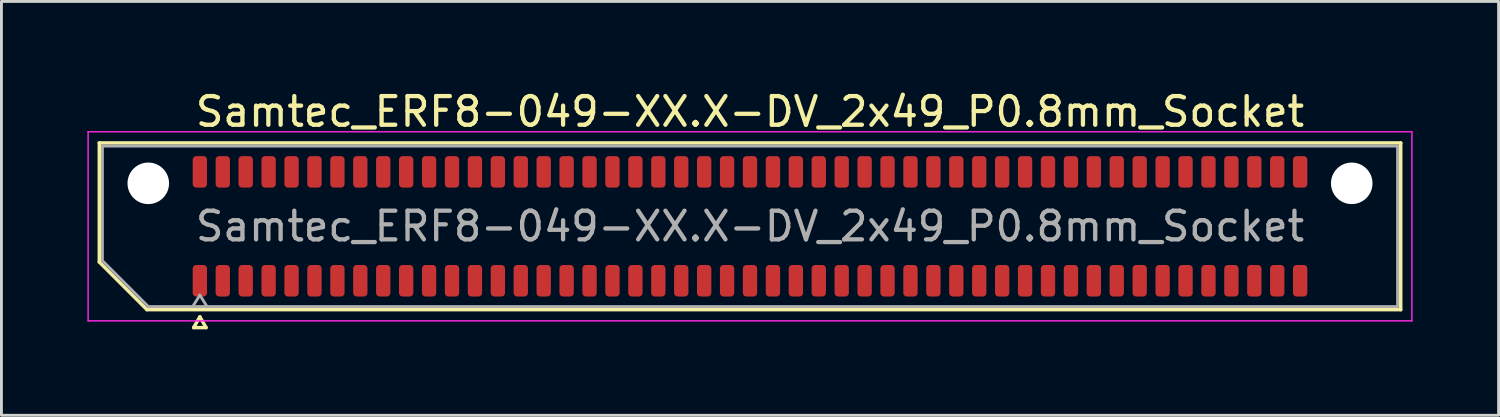
<source format=kicad_pcb>
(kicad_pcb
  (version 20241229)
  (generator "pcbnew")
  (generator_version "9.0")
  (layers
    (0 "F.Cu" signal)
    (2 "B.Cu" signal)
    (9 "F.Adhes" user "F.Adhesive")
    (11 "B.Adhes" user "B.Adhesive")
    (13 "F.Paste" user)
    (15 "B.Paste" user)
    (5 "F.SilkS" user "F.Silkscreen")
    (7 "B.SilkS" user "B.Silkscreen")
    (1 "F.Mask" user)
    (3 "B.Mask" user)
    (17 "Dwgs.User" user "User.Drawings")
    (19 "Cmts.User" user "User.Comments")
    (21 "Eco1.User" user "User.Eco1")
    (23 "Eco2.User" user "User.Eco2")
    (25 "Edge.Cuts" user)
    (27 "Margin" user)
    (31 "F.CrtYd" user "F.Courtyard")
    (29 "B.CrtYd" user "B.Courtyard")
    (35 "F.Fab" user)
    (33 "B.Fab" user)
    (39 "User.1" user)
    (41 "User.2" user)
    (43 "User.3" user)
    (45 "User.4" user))
  (footprint "Samtec_ERF8-049-XX.X-DV_2x49_P0.8mm_Socket"
    (layer "F.Cu")
    (at 23.125 4.848)
    (property "Reference" "Samtec_ERF8-049-XX.X-DV_2x49_P0.8mm_Socket" (at 0 -4 0) (layer "F.SilkS") (effects (font (size 1 1) (thickness 0.15))))
    (attr smd)
    (fp_line (start -22.71 -2.91) (end 22.71 -2.91) (stroke (width 0.12) (type solid)) (layer "F.SilkS"))
    (fp_line (start -22.71 1.246) (end -22.71 -2.91) (stroke (width 0.12) (type solid)) (layer "F.SilkS"))
    (fp_line (start -21.046 2.91) (end -22.71 1.246) (stroke (width 0.12) (type solid)) (layer "F.SilkS"))
    (fp_line (start -19.417 3.535) (end -19.2 3.16) (stroke (width 0.12) (type solid)) (layer "F.SilkS"))
    (fp_line (start -19.2 3.16) (end -18.983 3.535) (stroke (width 0.12) (type solid)) (layer "F.SilkS"))
    (fp_line (start -18.983 3.535) (end -19.417 3.535) (stroke (width 0.12) (type solid)) (layer "F.SilkS"))
    (fp_line (start 22.71 -2.91) (end 22.71 2.91) (stroke (width 0.12) (type solid)) (layer "F.SilkS"))
    (fp_line (start 22.71 2.91) (end -21.046 2.91) (stroke (width 0.12) (type solid)) (layer "F.SilkS"))
    (fp_line (start -23.1 -3.3) (end -23.1 3.3) (stroke (width 0.05) (type solid)) (layer "F.CrtYd"))
    (fp_line (start -23.1 3.3) (end 23.1 3.3) (stroke (width 0.05) (type solid)) (layer "F.CrtYd"))
    (fp_line (start 23.1 -3.3) (end -23.1 -3.3) (stroke (width 0.05) (type solid)) (layer "F.CrtYd"))
    (fp_line (start 23.1 3.3) (end 23.1 -3.3) (stroke (width 0.05) (type solid)) (layer "F.CrtYd"))
    (fp_line (start -22.6 -2.8) (end 22.6 -2.8) (stroke (width 0.1) (type solid)) (layer "F.Fab"))
    (fp_line (start -22.6 1.2) (end -22.6 -2.8) (stroke (width 0.1) (type solid)) (layer "F.Fab"))
    (fp_line (start -21 2.8) (end -22.6 1.2) (stroke (width 0.1) (type solid)) (layer "F.Fab"))
    (fp_line (start -19.2 2.4) (end -19.45 2.8) (stroke (width 0.1) (type solid)) (layer "F.Fab"))
    (fp_line (start -19.2 2.4) (end -18.95 2.8) (stroke (width 0.1) (type solid)) (layer "F.Fab"))
    (fp_line (start 22.6 -2.8) (end 22.6 2.8) (stroke (width 0.1) (type solid)) (layer "F.Fab"))
    (fp_line (start 22.6 2.8) (end -21 2.8) (stroke (width 0.1) (type solid)) (layer "F.Fab"))
    (fp_text user "${REFERENCE}" (at 0 0 0) (layer "F.Fab") (effects (font (size 1 1) (thickness 0.15))))
    (pad "" np_thru_hole circle (at -21 -1.5) (size 1.45 1.45) (drill 1.45) (layers "*.Cu" "*.Mask"))
    (pad "" np_thru_hole circle (at 21 -1.5) (size 1.45 1.45) (drill 1.45) (layers "*.Cu" "*.Mask"))
    (pad "1" smd roundrect (at -19.2 1.9) (size 0.5 1.1) (layers "F.Cu" "F.Mask" "F.Paste") (roundrect_rratio 0.25))
    (pad "2" smd roundrect (at -19.2 -1.9) (size 0.5 1.1) (layers "F.Cu" "F.Mask" "F.Paste") (roundrect_rratio 0.25))
    (pad "3" smd roundrect (at -18.4 1.9) (size 0.5 1.1) (layers "F.Cu" "F.Mask" "F.Paste") (roundrect_rratio 0.25))
    (pad "4" smd roundrect (at -18.4 -1.9) (size 0.5 1.1) (layers "F.Cu" "F.Mask" "F.Paste") (roundrect_rratio 0.25))
    (pad "5" smd roundrect (at -17.6 1.9) (size 0.5 1.1) (layers "F.Cu" "F.Mask" "F.Paste") (roundrect_rratio 0.25))
    (pad "6" smd roundrect (at -17.6 -1.9) (size 0.5 1.1) (layers "F.Cu" "F.Mask" "F.Paste") (roundrect_rratio 0.25))
    (pad "7" smd roundrect (at -16.8 1.9) (size 0.5 1.1) (layers "F.Cu" "F.Mask" "F.Paste") (roundrect_rratio 0.25))
    (pad "8" smd roundrect (at -16.8 -1.9) (size 0.5 1.1) (layers "F.Cu" "F.Mask" "F.Paste") (roundrect_rratio 0.25))
    (pad "9" smd roundrect (at -16 1.9) (size 0.5 1.1) (layers "F.Cu" "F.Mask" "F.Paste") (roundrect_rratio 0.25))
    (pad "10" smd roundrect (at -16 -1.9) (size 0.5 1.1) (layers "F.Cu" "F.Mask" "F.Paste") (roundrect_rratio 0.25))
    (pad "11" smd roundrect (at -15.2 1.9) (size 0.5 1.1) (layers "F.Cu" "F.Mask" "F.Paste") (roundrect_rratio 0.25))
    (pad "12" smd roundrect (at -15.2 -1.9) (size 0.5 1.1) (layers "F.Cu" "F.Mask" "F.Paste") (roundrect_rratio 0.25))
    (pad "13" smd roundrect (at -14.4 1.9) (size 0.5 1.1) (layers "F.Cu" "F.Mask" "F.Paste") (roundrect_rratio 0.25))
    (pad "14" smd roundrect (at -14.4 -1.9) (size 0.5 1.1) (layers "F.Cu" "F.Mask" "F.Paste") (roundrect_rratio 0.25))
    (pad "15" smd roundrect (at -13.6 1.9) (size 0.5 1.1) (layers "F.Cu" "F.Mask" "F.Paste") (roundrect_rratio 0.25))
    (pad "16" smd roundrect (at -13.6 -1.9) (size 0.5 1.1) (layers "F.Cu" "F.Mask" "F.Paste") (roundrect_rratio 0.25))
    (pad "17" smd roundrect (at -12.8 1.9) (size 0.5 1.1) (layers "F.Cu" "F.Mask" "F.Paste") (roundrect_rratio 0.25))
    (pad "18" smd roundrect (at -12.8 -1.9) (size 0.5 1.1) (layers "F.Cu" "F.Mask" "F.Paste") (roundrect_rratio 0.25))
    (pad "19" smd roundrect (at -12 1.9) (size 0.5 1.1) (layers "F.Cu" "F.Mask" "F.Paste") (roundrect_rratio 0.25))
    (pad "20" smd roundrect (at -12 -1.9) (size 0.5 1.1) (layers "F.Cu" "F.Mask" "F.Paste") (roundrect_rratio 0.25))
    (pad "21" smd roundrect (at -11.2 1.9) (size 0.5 1.1) (layers "F.Cu" "F.Mask" "F.Paste") (roundrect_rratio 0.25))
    (pad "22" smd roundrect (at -11.2 -1.9) (size 0.5 1.1) (layers "F.Cu" "F.Mask" "F.Paste") (roundrect_rratio 0.25))
    (pad "23" smd roundrect (at -10.4 1.9) (size 0.5 1.1) (layers "F.Cu" "F.Mask" "F.Paste") (roundrect_rratio 0.25))
    (pad "24" smd roundrect (at -10.4 -1.9) (size 0.5 1.1) (layers "F.Cu" "F.Mask" "F.Paste") (roundrect_rratio 0.25))
    (pad "25" smd roundrect (at -9.6 1.9) (size 0.5 1.1) (layers "F.Cu" "F.Mask" "F.Paste") (roundrect_rratio 0.25))
    (pad "26" smd roundrect (at -9.6 -1.9) (size 0.5 1.1) (layers "F.Cu" "F.Mask" "F.Paste") (roundrect_rratio 0.25))
    (pad "27" smd roundrect (at -8.8 1.9) (size 0.5 1.1) (layers "F.Cu" "F.Mask" "F.Paste") (roundrect_rratio 0.25))
    (pad "28" smd roundrect (at -8.8 -1.9) (size 0.5 1.1) (layers "F.Cu" "F.Mask" "F.Paste") (roundrect_rratio 0.25))
    (pad "29" smd roundrect (at -8 1.9) (size 0.5 1.1) (layers "F.Cu" "F.Mask" "F.Paste") (roundrect_rratio 0.25))
    (pad "30" smd roundrect (at -8 -1.9) (size 0.5 1.1) (layers "F.Cu" "F.Mask" "F.Paste") (roundrect_rratio 0.25))
    (pad "31" smd roundrect (at -7.2 1.9) (size 0.5 1.1) (layers "F.Cu" "F.Mask" "F.Paste") (roundrect_rratio 0.25))
    (pad "32" smd roundrect (at -7.2 -1.9) (size 0.5 1.1) (layers "F.Cu" "F.Mask" "F.Paste") (roundrect_rratio 0.25))
    (pad "33" smd roundrect (at -6.4 1.9) (size 0.5 1.1) (layers "F.Cu" "F.Mask" "F.Paste") (roundrect_rratio 0.25))
    (pad "34" smd roundrect (at -6.4 -1.9) (size 0.5 1.1) (layers "F.Cu" "F.Mask" "F.Paste") (roundrect_rratio 0.25))
    (pad "35" smd roundrect (at -5.6 1.9) (size 0.5 1.1) (layers "F.Cu" "F.Mask" "F.Paste") (roundrect_rratio 0.25))
    (pad "36" smd roundrect (at -5.6 -1.9) (size 0.5 1.1) (layers "F.Cu" "F.Mask" "F.Paste") (roundrect_rratio 0.25))
    (pad "37" smd roundrect (at -4.8 1.9) (size 0.5 1.1) (layers "F.Cu" "F.Mask" "F.Paste") (roundrect_rratio 0.25))
    (pad "38" smd roundrect (at -4.8 -1.9) (size 0.5 1.1) (layers "F.Cu" "F.Mask" "F.Paste") (roundrect_rratio 0.25))
    (pad "39" smd roundrect (at -4 1.9) (size 0.5 1.1) (layers "F.Cu" "F.Mask" "F.Paste") (roundrect_rratio 0.25))
    (pad "40" smd roundrect (at -4 -1.9) (size 0.5 1.1) (layers "F.Cu" "F.Mask" "F.Paste") (roundrect_rratio 0.25))
    (pad "41" smd roundrect (at -3.2 1.9) (size 0.5 1.1) (layers "F.Cu" "F.Mask" "F.Paste") (roundrect_rratio 0.25))
    (pad "42" smd roundrect (at -3.2 -1.9) (size 0.5 1.1) (layers "F.Cu" "F.Mask" "F.Paste") (roundrect_rratio 0.25))
    (pad "43" smd roundrect (at -2.4 1.9) (size 0.5 1.1) (layers "F.Cu" "F.Mask" "F.Paste") (roundrect_rratio 0.25))
    (pad "44" smd roundrect (at -2.4 -1.9) (size 0.5 1.1) (layers "F.Cu" "F.Mask" "F.Paste") (roundrect_rratio 0.25))
    (pad "45" smd roundrect (at -1.6 1.9) (size 0.5 1.1) (layers "F.Cu" "F.Mask" "F.Paste") (roundrect_rratio 0.25))
    (pad "46" smd roundrect (at -1.6 -1.9) (size 0.5 1.1) (layers "F.Cu" "F.Mask" "F.Paste") (roundrect_rratio 0.25))
    (pad "47" smd roundrect (at -0.8 1.9) (size 0.5 1.1) (layers "F.Cu" "F.Mask" "F.Paste") (roundrect_rratio 0.25))
    (pad "48" smd roundrect (at -0.8 -1.9) (size 0.5 1.1) (layers "F.Cu" "F.Mask" "F.Paste") (roundrect_rratio 0.25))
    (pad "49" smd roundrect (at 0 1.9) (size 0.5 1.1) (layers "F.Cu" "F.Mask" "F.Paste") (roundrect_rratio 0.25))
    (pad "50" smd roundrect (at 0 -1.9) (size 0.5 1.1) (layers "F.Cu" "F.Mask" "F.Paste") (roundrect_rratio 0.25))
    (pad "51" smd roundrect (at 0.8 1.9) (size 0.5 1.1) (layers "F.Cu" "F.Mask" "F.Paste") (roundrect_rratio 0.25))
    (pad "52" smd roundrect (at 0.8 -1.9) (size 0.5 1.1) (layers "F.Cu" "F.Mask" "F.Paste") (roundrect_rratio 0.25))
    (pad "53" smd roundrect (at 1.6 1.9) (size 0.5 1.1) (layers "F.Cu" "F.Mask" "F.Paste") (roundrect_rratio 0.25))
    (pad "54" smd roundrect (at 1.6 -1.9) (size 0.5 1.1) (layers "F.Cu" "F.Mask" "F.Paste") (roundrect_rratio 0.25))
    (pad "55" smd roundrect (at 2.4 1.9) (size 0.5 1.1) (layers "F.Cu" "F.Mask" "F.Paste") (roundrect_rratio 0.25))
    (pad "56" smd roundrect (at 2.4 -1.9) (size 0.5 1.1) (layers "F.Cu" "F.Mask" "F.Paste") (roundrect_rratio 0.25))
    (pad "57" smd roundrect (at 3.2 1.9) (size 0.5 1.1) (layers "F.Cu" "F.Mask" "F.Paste") (roundrect_rratio 0.25))
    (pad "58" smd roundrect (at 3.2 -1.9) (size 0.5 1.1) (layers "F.Cu" "F.Mask" "F.Paste") (roundrect_rratio 0.25))
    (pad "59" smd roundrect (at 4 1.9) (size 0.5 1.1) (layers "F.Cu" "F.Mask" "F.Paste") (roundrect_rratio 0.25))
    (pad "60" smd roundrect (at 4 -1.9) (size 0.5 1.1) (layers "F.Cu" "F.Mask" "F.Paste") (roundrect_rratio 0.25))
    (pad "61" smd roundrect (at 4.8 1.9) (size 0.5 1.1) (layers "F.Cu" "F.Mask" "F.Paste") (roundrect_rratio 0.25))
    (pad "62" smd roundrect (at 4.8 -1.9) (size 0.5 1.1) (layers "F.Cu" "F.Mask" "F.Paste") (roundrect_rratio 0.25))
    (pad "63" smd roundrect (at 5.6 1.9) (size 0.5 1.1) (layers "F.Cu" "F.Mask" "F.Paste") (roundrect_rratio 0.25))
    (pad "64" smd roundrect (at 5.6 -1.9) (size 0.5 1.1) (layers "F.Cu" "F.Mask" "F.Paste") (roundrect_rratio 0.25))
    (pad "65" smd roundrect (at 6.4 1.9) (size 0.5 1.1) (layers "F.Cu" "F.Mask" "F.Paste") (roundrect_rratio 0.25))
    (pad "66" smd roundrect (at 6.4 -1.9) (size 0.5 1.1) (layers "F.Cu" "F.Mask" "F.Paste") (roundrect_rratio 0.25))
    (pad "67" smd roundrect (at 7.2 1.9) (size 0.5 1.1) (layers "F.Cu" "F.Mask" "F.Paste") (roundrect_rratio 0.25))
    (pad "68" smd roundrect (at 7.2 -1.9) (size 0.5 1.1) (layers "F.Cu" "F.Mask" "F.Paste") (roundrect_rratio 0.25))
    (pad "69" smd roundrect (at 8 1.9) (size 0.5 1.1) (layers "F.Cu" "F.Mask" "F.Paste") (roundrect_rratio 0.25))
    (pad "70" smd roundrect (at 8 -1.9) (size 0.5 1.1) (layers "F.Cu" "F.Mask" "F.Paste") (roundrect_rratio 0.25))
    (pad "71" smd roundrect (at 8.8 1.9) (size 0.5 1.1) (layers "F.Cu" "F.Mask" "F.Paste") (roundrect_rratio 0.25))
    (pad "72" smd roundrect (at 8.8 -1.9) (size 0.5 1.1) (layers "F.Cu" "F.Mask" "F.Paste") (roundrect_rratio 0.25))
    (pad "73" smd roundrect (at 9.6 1.9) (size 0.5 1.1) (layers "F.Cu" "F.Mask" "F.Paste") (roundrect_rratio 0.25))
    (pad "74" smd roundrect (at 9.6 -1.9) (size 0.5 1.1) (layers "F.Cu" "F.Mask" "F.Paste") (roundrect_rratio 0.25))
    (pad "75" smd roundrect (at 10.4 1.9) (size 0.5 1.1) (layers "F.Cu" "F.Mask" "F.Paste") (roundrect_rratio 0.25))
    (pad "76" smd roundrect (at 10.4 -1.9) (size 0.5 1.1) (layers "F.Cu" "F.Mask" "F.Paste") (roundrect_rratio 0.25))
    (pad "77" smd roundrect (at 11.2 1.9) (size 0.5 1.1) (layers "F.Cu" "F.Mask" "F.Paste") (roundrect_rratio 0.25))
    (pad "78" smd roundrect (at 11.2 -1.9) (size 0.5 1.1) (layers "F.Cu" "F.Mask" "F.Paste") (roundrect_rratio 0.25))
    (pad "79" smd roundrect (at 12 1.9) (size 0.5 1.1) (layers "F.Cu" "F.Mask" "F.Paste") (roundrect_rratio 0.25))
    (pad "80" smd roundrect (at 12 -1.9) (size 0.5 1.1) (layers "F.Cu" "F.Mask" "F.Paste") (roundrect_rratio 0.25))
    (pad "81" smd roundrect (at 12.8 1.9) (size 0.5 1.1) (layers "F.Cu" "F.Mask" "F.Paste") (roundrect_rratio 0.25))
    (pad "82" smd roundrect (at 12.8 -1.9) (size 0.5 1.1) (layers "F.Cu" "F.Mask" "F.Paste") (roundrect_rratio 0.25))
    (pad "83" smd roundrect (at 13.6 1.9) (size 0.5 1.1) (layers "F.Cu" "F.Mask" "F.Paste") (roundrect_rratio 0.25))
    (pad "84" smd roundrect (at 13.6 -1.9) (size 0.5 1.1) (layers "F.Cu" "F.Mask" "F.Paste") (roundrect_rratio 0.25))
    (pad "85" smd roundrect (at 14.4 1.9) (size 0.5 1.1) (layers "F.Cu" "F.Mask" "F.Paste") (roundrect_rratio 0.25))
    (pad "86" smd roundrect (at 14.4 -1.9) (size 0.5 1.1) (layers "F.Cu" "F.Mask" "F.Paste") (roundrect_rratio 0.25))
    (pad "87" smd roundrect (at 15.2 1.9) (size 0.5 1.1) (layers "F.Cu" "F.Mask" "F.Paste") (roundrect_rratio 0.25))
    (pad "88" smd roundrect (at 15.2 -1.9) (size 0.5 1.1) (layers "F.Cu" "F.Mask" "F.Paste") (roundrect_rratio 0.25))
    (pad "89" smd roundrect (at 16 1.9) (size 0.5 1.1) (layers "F.Cu" "F.Mask" "F.Paste") (roundrect_rratio 0.25))
    (pad "90" smd roundrect (at 16 -1.9) (size 0.5 1.1) (layers "F.Cu" "F.Mask" "F.Paste") (roundrect_rratio 0.25))
    (pad "91" smd roundrect (at 16.8 1.9) (size 0.5 1.1) (layers "F.Cu" "F.Mask" "F.Paste") (roundrect_rratio 0.25))
    (pad "92" smd roundrect (at 16.8 -1.9) (size 0.5 1.1) (layers "F.Cu" "F.Mask" "F.Paste") (roundrect_rratio 0.25))
    (pad "93" smd roundrect (at 17.6 1.9) (size 0.5 1.1) (layers "F.Cu" "F.Mask" "F.Paste") (roundrect_rratio 0.25))
    (pad "94" smd roundrect (at 17.6 -1.9) (size 0.5 1.1) (layers "F.Cu" "F.Mask" "F.Paste") (roundrect_rratio 0.25))
    (pad "95" smd roundrect (at 18.4 1.9) (size 0.5 1.1) (layers "F.Cu" "F.Mask" "F.Paste") (roundrect_rratio 0.25))
    (pad "96" smd roundrect (at 18.4 -1.9) (size 0.5 1.1) (layers "F.Cu" "F.Mask" "F.Paste") (roundrect_rratio 0.25))
    (pad "97" smd roundrect (at 19.2 1.9) (size 0.5 1.1) (layers "F.Cu" "F.Mask" "F.Paste") (roundrect_rratio 0.25))
    (pad "98" smd roundrect (at 19.2 -1.9) (size 0.5 1.1) (layers "F.Cu" "F.Mask" "F.Paste") (roundrect_rratio 0.25)))
  (gr_rect
    (start -3 -3)
    (end 49.25 11.443)
    (stroke (width 0.1) (type default))
    (fill no)
    (layer "Edge.Cuts")))
</source>
